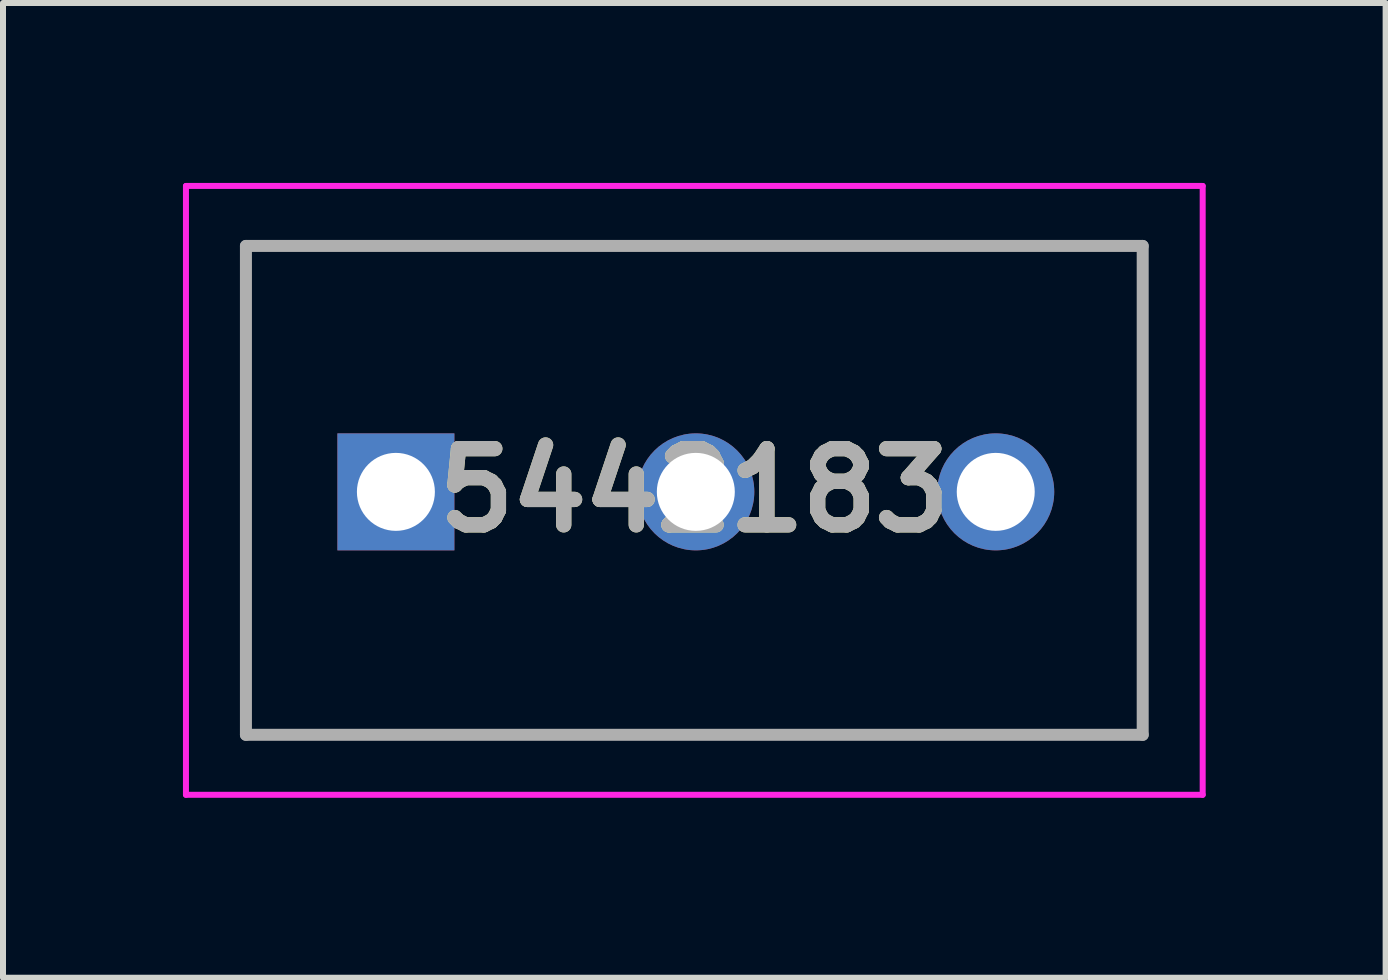
<source format=kicad_pcb>
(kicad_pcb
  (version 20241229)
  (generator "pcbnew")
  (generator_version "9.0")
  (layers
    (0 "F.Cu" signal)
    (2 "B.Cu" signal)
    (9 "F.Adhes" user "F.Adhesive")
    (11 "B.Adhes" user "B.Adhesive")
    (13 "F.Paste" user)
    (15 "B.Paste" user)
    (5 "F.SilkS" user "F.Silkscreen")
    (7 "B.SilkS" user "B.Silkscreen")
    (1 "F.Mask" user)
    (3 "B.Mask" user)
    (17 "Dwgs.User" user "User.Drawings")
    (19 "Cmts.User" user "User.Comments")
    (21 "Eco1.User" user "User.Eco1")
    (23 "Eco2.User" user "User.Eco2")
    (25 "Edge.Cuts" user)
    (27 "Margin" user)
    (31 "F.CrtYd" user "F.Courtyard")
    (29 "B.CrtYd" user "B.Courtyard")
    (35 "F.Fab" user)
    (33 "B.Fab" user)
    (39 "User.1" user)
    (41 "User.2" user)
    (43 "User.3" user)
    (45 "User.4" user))
  (footprint "5442183"
    (layer "F.Cu")
    (at 3.55 5.15)
    (property "Reference" "5442183" (at 4.975 -0.025 0) (layer "F.SilkS") (effects (font (size 1.27 1.27) (thickness 0.254))))
    (attr through_hole)
    (fp_line (start -2.5 -4.1) (end 12.45 -4.1) (stroke (width 0.1) (type solid)) (layer "F.SilkS"))
    (fp_line (start -2.5 4.05) (end -2.5 -4.1) (stroke (width 0.1) (type solid)) (layer "F.SilkS"))
    (fp_line (start 12.45 -4.1) (end 12.45 4.05) (stroke (width 0.1) (type solid)) (layer "F.SilkS"))
    (fp_line (start 12.45 4.05) (end -2.5 4.05) (stroke (width 0.1) (type solid)) (layer "F.SilkS"))
    (fp_line (start -3.5 -5.1) (end 13.45 -5.1) (stroke (width 0.1) (type solid)) (layer "F.CrtYd"))
    (fp_line (start -3.5 5.05) (end -3.5 -5.1) (stroke (width 0.1) (type solid)) (layer "F.CrtYd"))
    (fp_line (start 13.45 -5.1) (end 13.45 5.05) (stroke (width 0.1) (type solid)) (layer "F.CrtYd"))
    (fp_line (start 13.45 5.05) (end -3.5 5.05) (stroke (width 0.1) (type solid)) (layer "F.CrtYd"))
    (fp_line (start -2.5 -4.1) (end -2.5 4.05) (stroke (width 0.2) (type solid)) (layer "F.Fab"))
    (fp_line (start -2.5 4.05) (end 12.45 4.05) (stroke (width 0.2) (type solid)) (layer "F.Fab"))
    (fp_line (start 12.45 -4.1) (end -2.5 -4.1) (stroke (width 0.2) (type solid)) (layer "F.Fab"))
    (fp_line (start 12.45 4.05) (end 12.45 -4.1) (stroke (width 0.2) (type solid)) (layer "F.Fab"))
    (fp_text user "${REFERENCE}" (at 4.975 -0.025 0) (layer "F.Fab") (effects (font (size 1.27 1.27) (thickness 0.254))))
    (pad "1" thru_hole rect (at 0 0) (size 1.95 1.95) (drill 1.3) (layers "*.Cu" "*.Mask"))
    (pad "2" thru_hole circle (at 5 0) (size 1.95 1.95) (drill 1.3) (layers "*.Cu" "*.Mask"))
    (pad "3" thru_hole circle (at 10 0) (size 1.95 1.95) (drill 1.3) (layers "*.Cu" "*.Mask")))
  (gr_rect
    (start -3 -3)
    (end 20.05 13.25)
    (stroke (width 0.1) (type default))
    (fill no)
    (layer "Edge.Cuts")))
</source>
